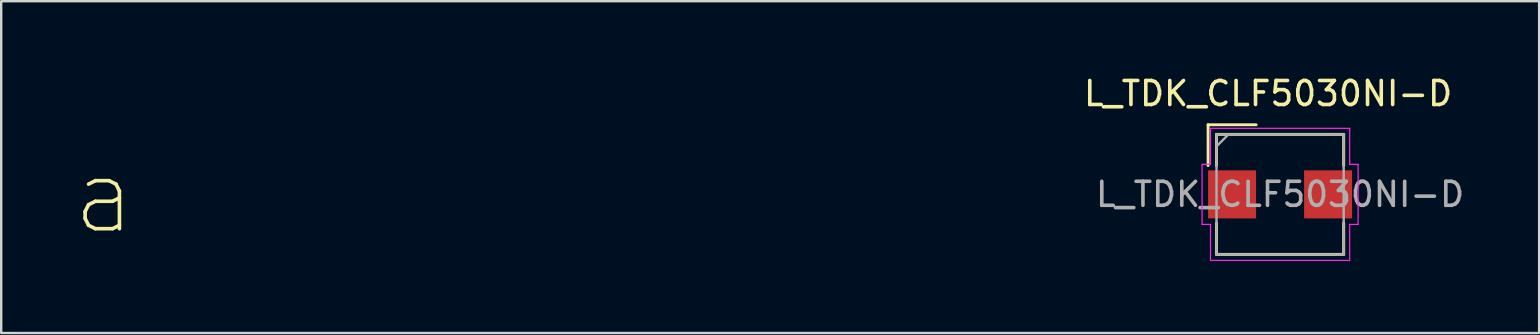
<source format=kicad_pcb>
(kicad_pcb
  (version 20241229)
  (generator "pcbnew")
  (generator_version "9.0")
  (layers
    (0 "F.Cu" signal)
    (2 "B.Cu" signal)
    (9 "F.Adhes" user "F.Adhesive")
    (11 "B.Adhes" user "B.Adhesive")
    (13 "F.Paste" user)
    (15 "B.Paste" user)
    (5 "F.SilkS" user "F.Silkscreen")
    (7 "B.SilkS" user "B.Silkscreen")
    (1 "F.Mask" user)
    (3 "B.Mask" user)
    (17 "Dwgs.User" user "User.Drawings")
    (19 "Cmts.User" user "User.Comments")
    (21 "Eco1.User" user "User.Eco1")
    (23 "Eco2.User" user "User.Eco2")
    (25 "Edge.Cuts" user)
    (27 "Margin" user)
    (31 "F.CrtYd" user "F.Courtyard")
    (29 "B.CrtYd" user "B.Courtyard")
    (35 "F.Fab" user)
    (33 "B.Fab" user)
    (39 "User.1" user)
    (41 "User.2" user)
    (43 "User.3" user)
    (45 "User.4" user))
  (footprint "L_TDK_CLF5030NI-D"
    (layer "F.Cu")
    (at 50.282 5.048)
    (property "Reference" "L_TDK_CLF5030NI-D" (at -0.5 -4.2 0) (layer "F.SilkS") (effects (font (size 1 1) (thickness 0.15))))
    (attr smd)
    (fp_line (start -3 -2.9) (end -1 -2.9) (stroke (width 0.12) (type solid)) (layer "F.SilkS"))
    (fp_line (start -3 -1.2) (end -3 -2.9) (stroke (width 0.12) (type solid)) (layer "F.SilkS"))
    (fp_line (start -2.65 -2.5) (end -2.65 -1.2) (stroke (width 0.12) (type solid)) (layer "F.SilkS"))
    (fp_line (start -2.65 -2.5) (end 2.65 -2.5) (stroke (width 0.12) (type solid)) (layer "F.SilkS"))
    (fp_line (start -2.65 1.2) (end -2.65 2.5) (stroke (width 0.12) (type solid)) (layer "F.SilkS"))
    (fp_line (start -2.65 2.5) (end 2.65 2.5) (stroke (width 0.12) (type solid)) (layer "F.SilkS"))
    (fp_line (start 2.65 -2.5) (end 2.65 -1.2) (stroke (width 0.12) (type solid)) (layer "F.SilkS"))
    (fp_line (start 2.65 1.2) (end 2.65 2.5) (stroke (width 0.12) (type solid)) (layer "F.SilkS"))
    (fp_line (start -3.25 -1.25) (end -3.25 1.25) (stroke (width 0.05) (type solid)) (layer "F.CrtYd"))
    (fp_line (start -3.25 1.25) (end -2.9 1.25) (stroke (width 0.05) (type solid)) (layer "F.CrtYd"))
    (fp_line (start -2.9 -2.75) (end -2.9 -1.25) (stroke (width 0.05) (type solid)) (layer "F.CrtYd"))
    (fp_line (start -2.9 -2.75) (end 2.9 -2.75) (stroke (width 0.05) (type solid)) (layer "F.CrtYd"))
    (fp_line (start -2.9 -1.25) (end -3.25 -1.25) (stroke (width 0.05) (type solid)) (layer "F.CrtYd"))
    (fp_line (start -2.9 1.25) (end -2.9 2.75) (stroke (width 0.05) (type solid)) (layer "F.CrtYd"))
    (fp_line (start 2.9 -1.25) (end 2.9 -2.75) (stroke (width 0.05) (type solid)) (layer "F.CrtYd"))
    (fp_line (start 2.9 1.25) (end 3.25 1.25) (stroke (width 0.05) (type solid)) (layer "F.CrtYd"))
    (fp_line (start 2.9 2.75) (end -2.9 2.75) (stroke (width 0.05) (type solid)) (layer "F.CrtYd"))
    (fp_line (start 2.9 2.75) (end 2.9 1.25) (stroke (width 0.05) (type solid)) (layer "F.CrtYd"))
    (fp_line (start 3.25 -1.25) (end 2.9 -1.25) (stroke (width 0.05) (type solid)) (layer "F.CrtYd"))
    (fp_line (start 3.25 1.25) (end 3.25 -1.25) (stroke (width 0.05) (type solid)) (layer "F.CrtYd"))
    (fp_line (start -2.65 -2.5) (end 2.65 -2.5) (stroke (width 0.1) (type solid)) (layer "F.Fab"))
    (fp_line (start -2.65 -2) (end -2.15 -2.5) (stroke (width 0.1) (type solid)) (layer "F.Fab"))
    (fp_line (start -2.65 2.5) (end -2.65 -2.5) (stroke (width 0.1) (type solid)) (layer "F.Fab"))
    (fp_line (start 2.65 -2.5) (end 2.65 2.5) (stroke (width 0.1) (type solid)) (layer "F.Fab"))
    (fp_line (start 2.65 2.5) (end -2.65 2.5) (stroke (width 0.1) (type solid)) (layer "F.Fab"))
    (fp_text user "a" (at -49 0.05 0) (layer "F.SilkS") (effects (font (size 3 3) (thickness 0.15))))
    (fp_text user "${REFERENCE}" (at 0 0 0) (layer "F.Fab") (effects (font (size 1 1) (thickness 0.15))))
    (pad "1" smd rect (at -2 0) (size 2 2) (layers "F.Cu" "F.Mask" "F.Paste"))
    (pad "2" smd rect (at 2 0) (size 2 2) (layers "F.Cu" "F.Mask" "F.Paste")))
  (gr_rect
    (start -3 -3)
    (end 61.074 10.823)
    (stroke (width 0.1) (type default))
    (fill no)
    (layer "Edge.Cuts")))
</source>
